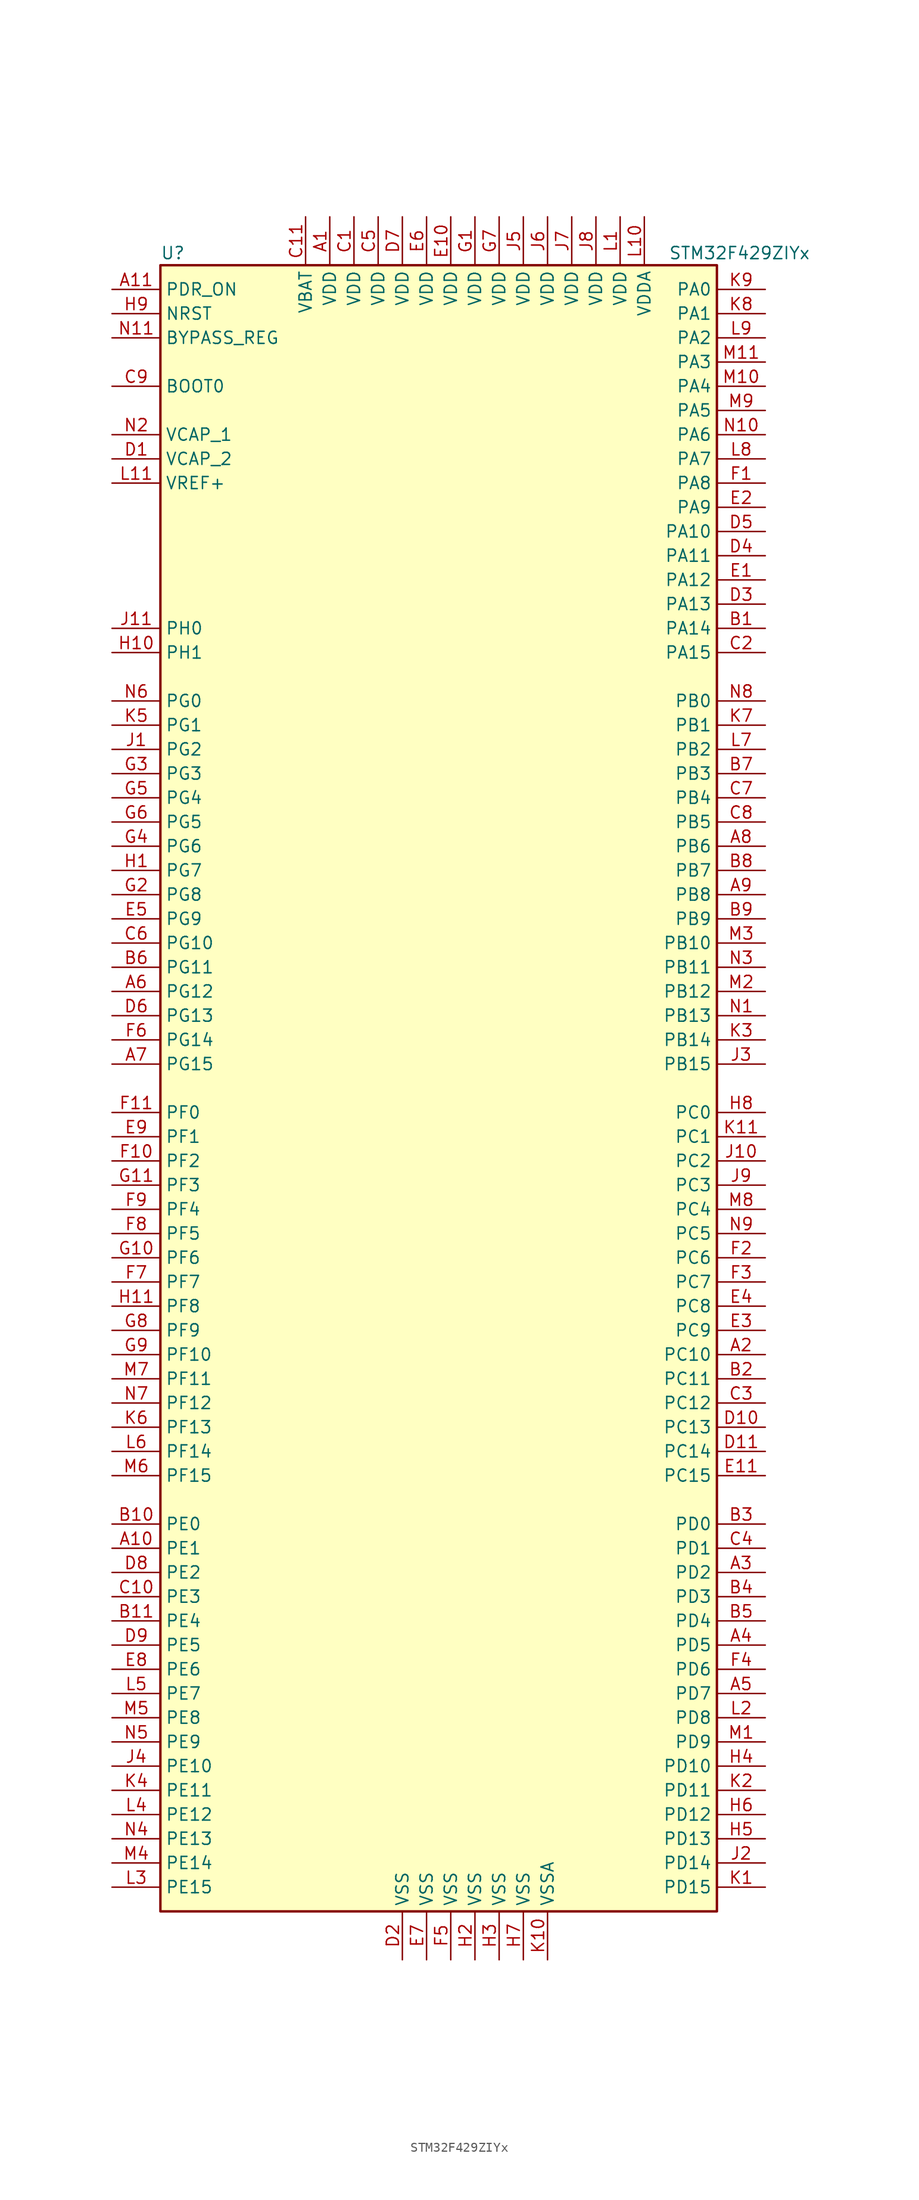
<source format=kicad_sym>
(kicad_symbol_lib
  (version 20201005)
  (generator kicad_symbol_editor)
  (symbol "STM32F429ZIYx"
    (property "Reference" "U"
      (at -30.48 87.63 0)
      (effects (font (size 1.27 1.27)) (justify left)))
    (property "Value" "STM32F429ZIYx"
      (at 22.86 87.63 0)
      (effects (font (size 1.27 1.27)) (justify left)))
    (symbol "STM32F429ZIYx_0_1"
      (rectangle (start -30.48 -86.36) (end 27.94 86.36) (stroke (width 0.254)) (fill (type background))))
    (symbol "STM32F429ZIYx_1_1"
      (pin power_in line (at -12.7 91.44 270) (length 5.08) (name "VDD" (effects (font (size 1.27 1.27)))) (number "A1" (effects (font (size 1.27 1.27)))))
      (pin bidirectional line (at -35.56 -48.26 0) (length 5.08) (name "PE1" (effects (font (size 1.27 1.27)))) (number "A10" (effects (font (size 1.27 1.27)))))
      (pin input line (at -35.56 83.82 0) (length 5.08) (name "PDR_ON" (effects (font (size 1.27 1.27)))) (number "A11" (effects (font (size 1.27 1.27)))))
      (pin bidirectional line (at 33.02 -27.94 180) (length 5.08) (name "PC10" (effects (font (size 1.27 1.27)))) (number "A2" (effects (font (size 1.27 1.27)))))
      (pin bidirectional line (at 33.02 -50.8 180) (length 5.08) (name "PD2" (effects (font (size 1.27 1.27)))) (number "A3" (effects (font (size 1.27 1.27)))))
      (pin bidirectional line (at 33.02 -58.42 180) (length 5.08) (name "PD5" (effects (font (size 1.27 1.27)))) (number "A4" (effects (font (size 1.27 1.27)))))
      (pin bidirectional line (at 33.02 -63.5 180) (length 5.08) (name "PD7" (effects (font (size 1.27 1.27)))) (number "A5" (effects (font (size 1.27 1.27)))))
      (pin bidirectional line (at -35.56 10.16 0) (length 5.08) (name "PG12" (effects (font (size 1.27 1.27)))) (number "A6" (effects (font (size 1.27 1.27)))))
      (pin bidirectional line (at -35.56 2.54 0) (length 5.08) (name "PG15" (effects (font (size 1.27 1.27)))) (number "A7" (effects (font (size 1.27 1.27)))))
      (pin bidirectional line (at 33.02 25.4 180) (length 5.08) (name "PB6" (effects (font (size 1.27 1.27)))) (number "A8" (effects (font (size 1.27 1.27)))))
      (pin bidirectional line (at 33.02 20.32 180) (length 5.08) (name "PB8" (effects (font (size 1.27 1.27)))) (number "A9" (effects (font (size 1.27 1.27)))))
      (pin bidirectional line (at 33.02 48.26 180) (length 5.08) (name "PA14" (effects (font (size 1.27 1.27)))) (number "B1" (effects (font (size 1.27 1.27)))))
      (pin bidirectional line (at -35.56 -45.72 0) (length 5.08) (name "PE0" (effects (font (size 1.27 1.27)))) (number "B10" (effects (font (size 1.27 1.27)))))
      (pin bidirectional line (at -35.56 -55.88 0) (length 5.08) (name "PE4" (effects (font (size 1.27 1.27)))) (number "B11" (effects (font (size 1.27 1.27)))))
      (pin bidirectional line (at 33.02 -30.48 180) (length 5.08) (name "PC11" (effects (font (size 1.27 1.27)))) (number "B2" (effects (font (size 1.27 1.27)))))
      (pin bidirectional line (at 33.02 -45.72 180) (length 5.08) (name "PD0" (effects (font (size 1.27 1.27)))) (number "B3" (effects (font (size 1.27 1.27)))))
      (pin bidirectional line (at 33.02 -53.34 180) (length 5.08) (name "PD3" (effects (font (size 1.27 1.27)))) (number "B4" (effects (font (size 1.27 1.27)))))
      (pin bidirectional line (at 33.02 -55.88 180) (length 5.08) (name "PD4" (effects (font (size 1.27 1.27)))) (number "B5" (effects (font (size 1.27 1.27)))))
      (pin bidirectional line (at -35.56 12.7 0) (length 5.08) (name "PG11" (effects (font (size 1.27 1.27)))) (number "B6" (effects (font (size 1.27 1.27)))))
      (pin bidirectional line (at 33.02 33.02 180) (length 5.08) (name "PB3" (effects (font (size 1.27 1.27)))) (number "B7" (effects (font (size 1.27 1.27)))))
      (pin bidirectional line (at 33.02 22.86 180) (length 5.08) (name "PB7" (effects (font (size 1.27 1.27)))) (number "B8" (effects (font (size 1.27 1.27)))))
      (pin bidirectional line (at 33.02 17.78 180) (length 5.08) (name "PB9" (effects (font (size 1.27 1.27)))) (number "B9" (effects (font (size 1.27 1.27)))))
      (pin power_in line (at -10.16 91.44 270) (length 5.08) (name "VDD" (effects (font (size 1.27 1.27)))) (number "C1" (effects (font (size 1.27 1.27)))))
      (pin bidirectional line (at -35.56 -53.34 0) (length 5.08) (name "PE3" (effects (font (size 1.27 1.27)))) (number "C10" (effects (font (size 1.27 1.27)))))
      (pin power_in line (at -15.24 91.44 270) (length 5.08) (name "VBAT" (effects (font (size 1.27 1.27)))) (number "C11" (effects (font (size 1.27 1.27)))))
      (pin bidirectional line (at 33.02 45.72 180) (length 5.08) (name "PA15" (effects (font (size 1.27 1.27)))) (number "C2" (effects (font (size 1.27 1.27)))))
      (pin bidirectional line (at 33.02 -33.02 180) (length 5.08) (name "PC12" (effects (font (size 1.27 1.27)))) (number "C3" (effects (font (size 1.27 1.27)))))
      (pin bidirectional line (at 33.02 -48.26 180) (length 5.08) (name "PD1" (effects (font (size 1.27 1.27)))) (number "C4" (effects (font (size 1.27 1.27)))))
      (pin power_in line (at -7.62 91.44 270) (length 5.08) (name "VDD" (effects (font (size 1.27 1.27)))) (number "C5" (effects (font (size 1.27 1.27)))))
      (pin bidirectional line (at -35.56 15.24 0) (length 5.08) (name "PG10" (effects (font (size 1.27 1.27)))) (number "C6" (effects (font (size 1.27 1.27)))))
      (pin bidirectional line (at 33.02 30.48 180) (length 5.08) (name "PB4" (effects (font (size 1.27 1.27)))) (number "C7" (effects (font (size 1.27 1.27)))))
      (pin bidirectional line (at 33.02 27.94 180) (length 5.08) (name "PB5" (effects (font (size 1.27 1.27)))) (number "C8" (effects (font (size 1.27 1.27)))))
      (pin input line (at -35.56 73.66 0) (length 5.08) (name "BOOT0" (effects (font (size 1.27 1.27)))) (number "C9" (effects (font (size 1.27 1.27)))))
      (pin power_in line (at -35.56 66.04 0) (length 5.08) (name "VCAP_2" (effects (font (size 1.27 1.27)))) (number "D1" (effects (font (size 1.27 1.27)))))
      (pin bidirectional line (at 33.02 -35.56 180) (length 5.08) (name "PC13" (effects (font (size 1.27 1.27)))) (number "D10" (effects (font (size 1.27 1.27)))))
      (pin bidirectional line (at 33.02 -38.1 180) (length 5.08) (name "PC14" (effects (font (size 1.27 1.27)))) (number "D11" (effects (font (size 1.27 1.27)))))
      (pin power_in line (at -5.08 -91.44 90) (length 5.08) (name "VSS" (effects (font (size 1.27 1.27)))) (number "D2" (effects (font (size 1.27 1.27)))))
      (pin bidirectional line (at 33.02 50.8 180) (length 5.08) (name "PA13" (effects (font (size 1.27 1.27)))) (number "D3" (effects (font (size 1.27 1.27)))))
      (pin bidirectional line (at 33.02 55.88 180) (length 5.08) (name "PA11" (effects (font (size 1.27 1.27)))) (number "D4" (effects (font (size 1.27 1.27)))))
      (pin bidirectional line (at 33.02 58.42 180) (length 5.08) (name "PA10" (effects (font (size 1.27 1.27)))) (number "D5" (effects (font (size 1.27 1.27)))))
      (pin bidirectional line (at -35.56 7.62 0) (length 5.08) (name "PG13" (effects (font (size 1.27 1.27)))) (number "D6" (effects (font (size 1.27 1.27)))))
      (pin power_in line (at -5.08 91.44 270) (length 5.08) (name "VDD" (effects (font (size 1.27 1.27)))) (number "D7" (effects (font (size 1.27 1.27)))))
      (pin bidirectional line (at -35.56 -50.8 0) (length 5.08) (name "PE2" (effects (font (size 1.27 1.27)))) (number "D8" (effects (font (size 1.27 1.27)))))
      (pin bidirectional line (at -35.56 -58.42 0) (length 5.08) (name "PE5" (effects (font (size 1.27 1.27)))) (number "D9" (effects (font (size 1.27 1.27)))))
      (pin bidirectional line (at 33.02 53.34 180) (length 5.08) (name "PA12" (effects (font (size 1.27 1.27)))) (number "E1" (effects (font (size 1.27 1.27)))))
      (pin power_in line (at 0 91.44 270) (length 5.08) (name "VDD" (effects (font (size 1.27 1.27)))) (number "E10" (effects (font (size 1.27 1.27)))))
      (pin bidirectional line (at 33.02 -40.64 180) (length 5.08) (name "PC15" (effects (font (size 1.27 1.27)))) (number "E11" (effects (font (size 1.27 1.27)))))
      (pin bidirectional line (at 33.02 60.96 180) (length 5.08) (name "PA9" (effects (font (size 1.27 1.27)))) (number "E2" (effects (font (size 1.27 1.27)))))
      (pin bidirectional line (at 33.02 -25.4 180) (length 5.08) (name "PC9" (effects (font (size 1.27 1.27)))) (number "E3" (effects (font (size 1.27 1.27)))))
      (pin bidirectional line (at 33.02 -22.86 180) (length 5.08) (name "PC8" (effects (font (size 1.27 1.27)))) (number "E4" (effects (font (size 1.27 1.27)))))
      (pin bidirectional line (at -35.56 17.78 0) (length 5.08) (name "PG9" (effects (font (size 1.27 1.27)))) (number "E5" (effects (font (size 1.27 1.27)))))
      (pin power_in line (at -2.54 91.44 270) (length 5.08) (name "VDD" (effects (font (size 1.27 1.27)))) (number "E6" (effects (font (size 1.27 1.27)))))
      (pin power_in line (at -2.54 -91.44 90) (length 5.08) (name "VSS" (effects (font (size 1.27 1.27)))) (number "E7" (effects (font (size 1.27 1.27)))))
      (pin bidirectional line (at -35.56 -60.96 0) (length 5.08) (name "PE6" (effects (font (size 1.27 1.27)))) (number "E8" (effects (font (size 1.27 1.27)))))
      (pin bidirectional line (at -35.56 -5.08 0) (length 5.08) (name "PF1" (effects (font (size 1.27 1.27)))) (number "E9" (effects (font (size 1.27 1.27)))))
      (pin bidirectional line (at 33.02 63.5 180) (length 5.08) (name "PA8" (effects (font (size 1.27 1.27)))) (number "F1" (effects (font (size 1.27 1.27)))))
      (pin bidirectional line (at -35.56 -7.62 0) (length 5.08) (name "PF2" (effects (font (size 1.27 1.27)))) (number "F10" (effects (font (size 1.27 1.27)))))
      (pin bidirectional line (at -35.56 -2.54 0) (length 5.08) (name "PF0" (effects (font (size 1.27 1.27)))) (number "F11" (effects (font (size 1.27 1.27)))))
      (pin bidirectional line (at 33.02 -17.78 180) (length 5.08) (name "PC6" (effects (font (size 1.27 1.27)))) (number "F2" (effects (font (size 1.27 1.27)))))
      (pin bidirectional line (at 33.02 -20.32 180) (length 5.08) (name "PC7" (effects (font (size 1.27 1.27)))) (number "F3" (effects (font (size 1.27 1.27)))))
      (pin bidirectional line (at 33.02 -60.96 180) (length 5.08) (name "PD6" (effects (font (size 1.27 1.27)))) (number "F4" (effects (font (size 1.27 1.27)))))
      (pin power_in line (at 0 -91.44 90) (length 5.08) (name "VSS" (effects (font (size 1.27 1.27)))) (number "F5" (effects (font (size 1.27 1.27)))))
      (pin bidirectional line (at -35.56 5.08 0) (length 5.08) (name "PG14" (effects (font (size 1.27 1.27)))) (number "F6" (effects (font (size 1.27 1.27)))))
      (pin bidirectional line (at -35.56 -20.32 0) (length 5.08) (name "PF7" (effects (font (size 1.27 1.27)))) (number "F7" (effects (font (size 1.27 1.27)))))
      (pin bidirectional line (at -35.56 -15.24 0) (length 5.08) (name "PF5" (effects (font (size 1.27 1.27)))) (number "F8" (effects (font (size 1.27 1.27)))))
      (pin bidirectional line (at -35.56 -12.7 0) (length 5.08) (name "PF4" (effects (font (size 1.27 1.27)))) (number "F9" (effects (font (size 1.27 1.27)))))
      (pin power_in line (at 2.54 91.44 270) (length 5.08) (name "VDD" (effects (font (size 1.27 1.27)))) (number "G1" (effects (font (size 1.27 1.27)))))
      (pin bidirectional line (at -35.56 -17.78 0) (length 5.08) (name "PF6" (effects (font (size 1.27 1.27)))) (number "G10" (effects (font (size 1.27 1.27)))))
      (pin bidirectional line (at -35.56 -10.16 0) (length 5.08) (name "PF3" (effects (font (size 1.27 1.27)))) (number "G11" (effects (font (size 1.27 1.27)))))
      (pin bidirectional line (at -35.56 20.32 0) (length 5.08) (name "PG8" (effects (font (size 1.27 1.27)))) (number "G2" (effects (font (size 1.27 1.27)))))
      (pin bidirectional line (at -35.56 33.02 0) (length 5.08) (name "PG3" (effects (font (size 1.27 1.27)))) (number "G3" (effects (font (size 1.27 1.27)))))
      (pin bidirectional line (at -35.56 25.4 0) (length 5.08) (name "PG6" (effects (font (size 1.27 1.27)))) (number "G4" (effects (font (size 1.27 1.27)))))
      (pin bidirectional line (at -35.56 30.48 0) (length 5.08) (name "PG4" (effects (font (size 1.27 1.27)))) (number "G5" (effects (font (size 1.27 1.27)))))
      (pin bidirectional line (at -35.56 27.94 0) (length 5.08) (name "PG5" (effects (font (size 1.27 1.27)))) (number "G6" (effects (font (size 1.27 1.27)))))
      (pin power_in line (at 5.08 91.44 270) (length 5.08) (name "VDD" (effects (font (size 1.27 1.27)))) (number "G7" (effects (font (size 1.27 1.27)))))
      (pin bidirectional line (at -35.56 -25.4 0) (length 5.08) (name "PF9" (effects (font (size 1.27 1.27)))) (number "G8" (effects (font (size 1.27 1.27)))))
      (pin bidirectional line (at -35.56 -27.94 0) (length 5.08) (name "PF10" (effects (font (size 1.27 1.27)))) (number "G9" (effects (font (size 1.27 1.27)))))
      (pin bidirectional line (at -35.56 22.86 0) (length 5.08) (name "PG7" (effects (font (size 1.27 1.27)))) (number "H1" (effects (font (size 1.27 1.27)))))
      (pin input line (at -35.56 45.72 0) (length 5.08) (name "PH1" (effects (font (size 1.27 1.27)))) (number "H10" (effects (font (size 1.27 1.27)))))
      (pin bidirectional line (at -35.56 -22.86 0) (length 5.08) (name "PF8" (effects (font (size 1.27 1.27)))) (number "H11" (effects (font (size 1.27 1.27)))))
      (pin power_in line (at 2.54 -91.44 90) (length 5.08) (name "VSS" (effects (font (size 1.27 1.27)))) (number "H2" (effects (font (size 1.27 1.27)))))
      (pin power_in line (at 5.08 -91.44 90) (length 5.08) (name "VSS" (effects (font (size 1.27 1.27)))) (number "H3" (effects (font (size 1.27 1.27)))))
      (pin bidirectional line (at 33.02 -71.12 180) (length 5.08) (name "PD10" (effects (font (size 1.27 1.27)))) (number "H4" (effects (font (size 1.27 1.27)))))
      (pin bidirectional line (at 33.02 -78.74 180) (length 5.08) (name "PD13" (effects (font (size 1.27 1.27)))) (number "H5" (effects (font (size 1.27 1.27)))))
      (pin bidirectional line (at 33.02 -76.2 180) (length 5.08) (name "PD12" (effects (font (size 1.27 1.27)))) (number "H6" (effects (font (size 1.27 1.27)))))
      (pin power_in line (at 7.62 -91.44 90) (length 5.08) (name "VSS" (effects (font (size 1.27 1.27)))) (number "H7" (effects (font (size 1.27 1.27)))))
      (pin bidirectional line (at 33.02 -2.54 180) (length 5.08) (name "PC0" (effects (font (size 1.27 1.27)))) (number "H8" (effects (font (size 1.27 1.27)))))
      (pin input line (at -35.56 81.28 0) (length 5.08) (name "NRST" (effects (font (size 1.27 1.27)))) (number "H9" (effects (font (size 1.27 1.27)))))
      (pin bidirectional line (at -35.56 35.56 0) (length 5.08) (name "PG2" (effects (font (size 1.27 1.27)))) (number "J1" (effects (font (size 1.27 1.27)))))
      (pin bidirectional line (at 33.02 -7.62 180) (length 5.08) (name "PC2" (effects (font (size 1.27 1.27)))) (number "J10" (effects (font (size 1.27 1.27)))))
      (pin input line (at -35.56 48.26 0) (length 5.08) (name "PH0" (effects (font (size 1.27 1.27)))) (number "J11" (effects (font (size 1.27 1.27)))))
      (pin bidirectional line (at 33.02 -81.28 180) (length 5.08) (name "PD14" (effects (font (size 1.27 1.27)))) (number "J2" (effects (font (size 1.27 1.27)))))
      (pin bidirectional line (at 33.02 2.54 180) (length 5.08) (name "PB15" (effects (font (size 1.27 1.27)))) (number "J3" (effects (font (size 1.27 1.27)))))
      (pin bidirectional line (at -35.56 -71.12 0) (length 5.08) (name "PE10" (effects (font (size 1.27 1.27)))) (number "J4" (effects (font (size 1.27 1.27)))))
      (pin power_in line (at 7.62 91.44 270) (length 5.08) (name "VDD" (effects (font (size 1.27 1.27)))) (number "J5" (effects (font (size 1.27 1.27)))))
      (pin power_in line (at 10.16 91.44 270) (length 5.08) (name "VDD" (effects (font (size 1.27 1.27)))) (number "J6" (effects (font (size 1.27 1.27)))))
      (pin power_in line (at 12.7 91.44 270) (length 5.08) (name "VDD" (effects (font (size 1.27 1.27)))) (number "J7" (effects (font (size 1.27 1.27)))))
      (pin power_in line (at 15.24 91.44 270) (length 5.08) (name "VDD" (effects (font (size 1.27 1.27)))) (number "J8" (effects (font (size 1.27 1.27)))))
      (pin bidirectional line (at 33.02 -10.16 180) (length 5.08) (name "PC3" (effects (font (size 1.27 1.27)))) (number "J9" (effects (font (size 1.27 1.27)))))
      (pin bidirectional line (at 33.02 -83.82 180) (length 5.08) (name "PD15" (effects (font (size 1.27 1.27)))) (number "K1" (effects (font (size 1.27 1.27)))))
      (pin power_in line (at 10.16 -91.44 90) (length 5.08) (name "VSSA" (effects (font (size 1.27 1.27)))) (number "K10" (effects (font (size 1.27 1.27)))))
      (pin bidirectional line (at 33.02 -5.08 180) (length 5.08) (name "PC1" (effects (font (size 1.27 1.27)))) (number "K11" (effects (font (size 1.27 1.27)))))
      (pin bidirectional line (at 33.02 -73.66 180) (length 5.08) (name "PD11" (effects (font (size 1.27 1.27)))) (number "K2" (effects (font (size 1.27 1.27)))))
      (pin bidirectional line (at 33.02 5.08 180) (length 5.08) (name "PB14" (effects (font (size 1.27 1.27)))) (number "K3" (effects (font (size 1.27 1.27)))))
      (pin bidirectional line (at -35.56 -73.66 0) (length 5.08) (name "PE11" (effects (font (size 1.27 1.27)))) (number "K4" (effects (font (size 1.27 1.27)))))
      (pin bidirectional line (at -35.56 38.1 0) (length 5.08) (name "PG1" (effects (font (size 1.27 1.27)))) (number "K5" (effects (font (size 1.27 1.27)))))
      (pin bidirectional line (at -35.56 -35.56 0) (length 5.08) (name "PF13" (effects (font (size 1.27 1.27)))) (number "K6" (effects (font (size 1.27 1.27)))))
      (pin bidirectional line (at 33.02 38.1 180) (length 5.08) (name "PB1" (effects (font (size 1.27 1.27)))) (number "K7" (effects (font (size 1.27 1.27)))))
      (pin bidirectional line (at 33.02 81.28 180) (length 5.08) (name "PA1" (effects (font (size 1.27 1.27)))) (number "K8" (effects (font (size 1.27 1.27)))))
      (pin bidirectional line (at 33.02 83.82 180) (length 5.08) (name "PA0" (effects (font (size 1.27 1.27)))) (number "K9" (effects (font (size 1.27 1.27)))))
      (pin power_in line (at 17.78 91.44 270) (length 5.08) (name "VDD" (effects (font (size 1.27 1.27)))) (number "L1" (effects (font (size 1.27 1.27)))))
      (pin power_in line (at 20.32 91.44 270) (length 5.08) (name "VDDA" (effects (font (size 1.27 1.27)))) (number "L10" (effects (font (size 1.27 1.27)))))
      (pin power_in line (at -35.56 63.5 0) (length 5.08) (name "VREF+" (effects (font (size 1.27 1.27)))) (number "L11" (effects (font (size 1.27 1.27)))))
      (pin bidirectional line (at 33.02 -66.04 180) (length 5.08) (name "PD8" (effects (font (size 1.27 1.27)))) (number "L2" (effects (font (size 1.27 1.27)))))
      (pin bidirectional line (at -35.56 -83.82 0) (length 5.08) (name "PE15" (effects (font (size 1.27 1.27)))) (number "L3" (effects (font (size 1.27 1.27)))))
      (pin bidirectional line (at -35.56 -76.2 0) (length 5.08) (name "PE12" (effects (font (size 1.27 1.27)))) (number "L4" (effects (font (size 1.27 1.27)))))
      (pin bidirectional line (at -35.56 -63.5 0) (length 5.08) (name "PE7" (effects (font (size 1.27 1.27)))) (number "L5" (effects (font (size 1.27 1.27)))))
      (pin bidirectional line (at -35.56 -38.1 0) (length 5.08) (name "PF14" (effects (font (size 1.27 1.27)))) (number "L6" (effects (font (size 1.27 1.27)))))
      (pin bidirectional line (at 33.02 35.56 180) (length 5.08) (name "PB2" (effects (font (size 1.27 1.27)))) (number "L7" (effects (font (size 1.27 1.27)))))
      (pin bidirectional line (at 33.02 66.04 180) (length 5.08) (name "PA7" (effects (font (size 1.27 1.27)))) (number "L8" (effects (font (size 1.27 1.27)))))
      (pin bidirectional line (at 33.02 78.74 180) (length 5.08) (name "PA2" (effects (font (size 1.27 1.27)))) (number "L9" (effects (font (size 1.27 1.27)))))
      (pin bidirectional line (at 33.02 -68.58 180) (length 5.08) (name "PD9" (effects (font (size 1.27 1.27)))) (number "M1" (effects (font (size 1.27 1.27)))))
      (pin bidirectional line (at 33.02 73.66 180) (length 5.08) (name "PA4" (effects (font (size 1.27 1.27)))) (number "M10" (effects (font (size 1.27 1.27)))))
      (pin bidirectional line (at 33.02 76.2 180) (length 5.08) (name "PA3" (effects (font (size 1.27 1.27)))) (number "M11" (effects (font (size 1.27 1.27)))))
      (pin bidirectional line (at 33.02 10.16 180) (length 5.08) (name "PB12" (effects (font (size 1.27 1.27)))) (number "M2" (effects (font (size 1.27 1.27)))))
      (pin bidirectional line (at 33.02 15.24 180) (length 5.08) (name "PB10" (effects (font (size 1.27 1.27)))) (number "M3" (effects (font (size 1.27 1.27)))))
      (pin bidirectional line (at -35.56 -81.28 0) (length 5.08) (name "PE14" (effects (font (size 1.27 1.27)))) (number "M4" (effects (font (size 1.27 1.27)))))
      (pin bidirectional line (at -35.56 -66.04 0) (length 5.08) (name "PE8" (effects (font (size 1.27 1.27)))) (number "M5" (effects (font (size 1.27 1.27)))))
      (pin bidirectional line (at -35.56 -40.64 0) (length 5.08) (name "PF15" (effects (font (size 1.27 1.27)))) (number "M6" (effects (font (size 1.27 1.27)))))
      (pin bidirectional line (at -35.56 -30.48 0) (length 5.08) (name "PF11" (effects (font (size 1.27 1.27)))) (number "M7" (effects (font (size 1.27 1.27)))))
      (pin bidirectional line (at 33.02 -12.7 180) (length 5.08) (name "PC4" (effects (font (size 1.27 1.27)))) (number "M8" (effects (font (size 1.27 1.27)))))
      (pin bidirectional line (at 33.02 71.12 180) (length 5.08) (name "PA5" (effects (font (size 1.27 1.27)))) (number "M9" (effects (font (size 1.27 1.27)))))
      (pin bidirectional line (at 33.02 7.62 180) (length 5.08) (name "PB13" (effects (font (size 1.27 1.27)))) (number "N1" (effects (font (size 1.27 1.27)))))
      (pin bidirectional line (at 33.02 68.58 180) (length 5.08) (name "PA6" (effects (font (size 1.27 1.27)))) (number "N10" (effects (font (size 1.27 1.27)))))
      (pin input line (at -35.56 78.74 0) (length 5.08) (name "BYPASS_REG" (effects (font (size 1.27 1.27)))) (number "N11" (effects (font (size 1.27 1.27)))))
      (pin power_in line (at -35.56 68.58 0) (length 5.08) (name "VCAP_1" (effects (font (size 1.27 1.27)))) (number "N2" (effects (font (size 1.27 1.27)))))
      (pin bidirectional line (at 33.02 12.7 180) (length 5.08) (name "PB11" (effects (font (size 1.27 1.27)))) (number "N3" (effects (font (size 1.27 1.27)))))
      (pin bidirectional line (at -35.56 -78.74 0) (length 5.08) (name "PE13" (effects (font (size 1.27 1.27)))) (number "N4" (effects (font (size 1.27 1.27)))))
      (pin bidirectional line (at -35.56 -68.58 0) (length 5.08) (name "PE9" (effects (font (size 1.27 1.27)))) (number "N5" (effects (font (size 1.27 1.27)))))
      (pin bidirectional line (at -35.56 40.64 0) (length 5.08) (name "PG0" (effects (font (size 1.27 1.27)))) (number "N6" (effects (font (size 1.27 1.27)))))
      (pin bidirectional line (at -35.56 -33.02 0) (length 5.08) (name "PF12" (effects (font (size 1.27 1.27)))) (number "N7" (effects (font (size 1.27 1.27)))))
      (pin bidirectional line (at 33.02 40.64 180) (length 5.08) (name "PB0" (effects (font (size 1.27 1.27)))) (number "N8" (effects (font (size 1.27 1.27)))))
      (pin bidirectional line (at 33.02 -15.24 180) (length 5.08) (name "PC5" (effects (font (size 1.27 1.27)))) (number "N9" (effects (font (size 1.27 1.27))))))))
</source>
